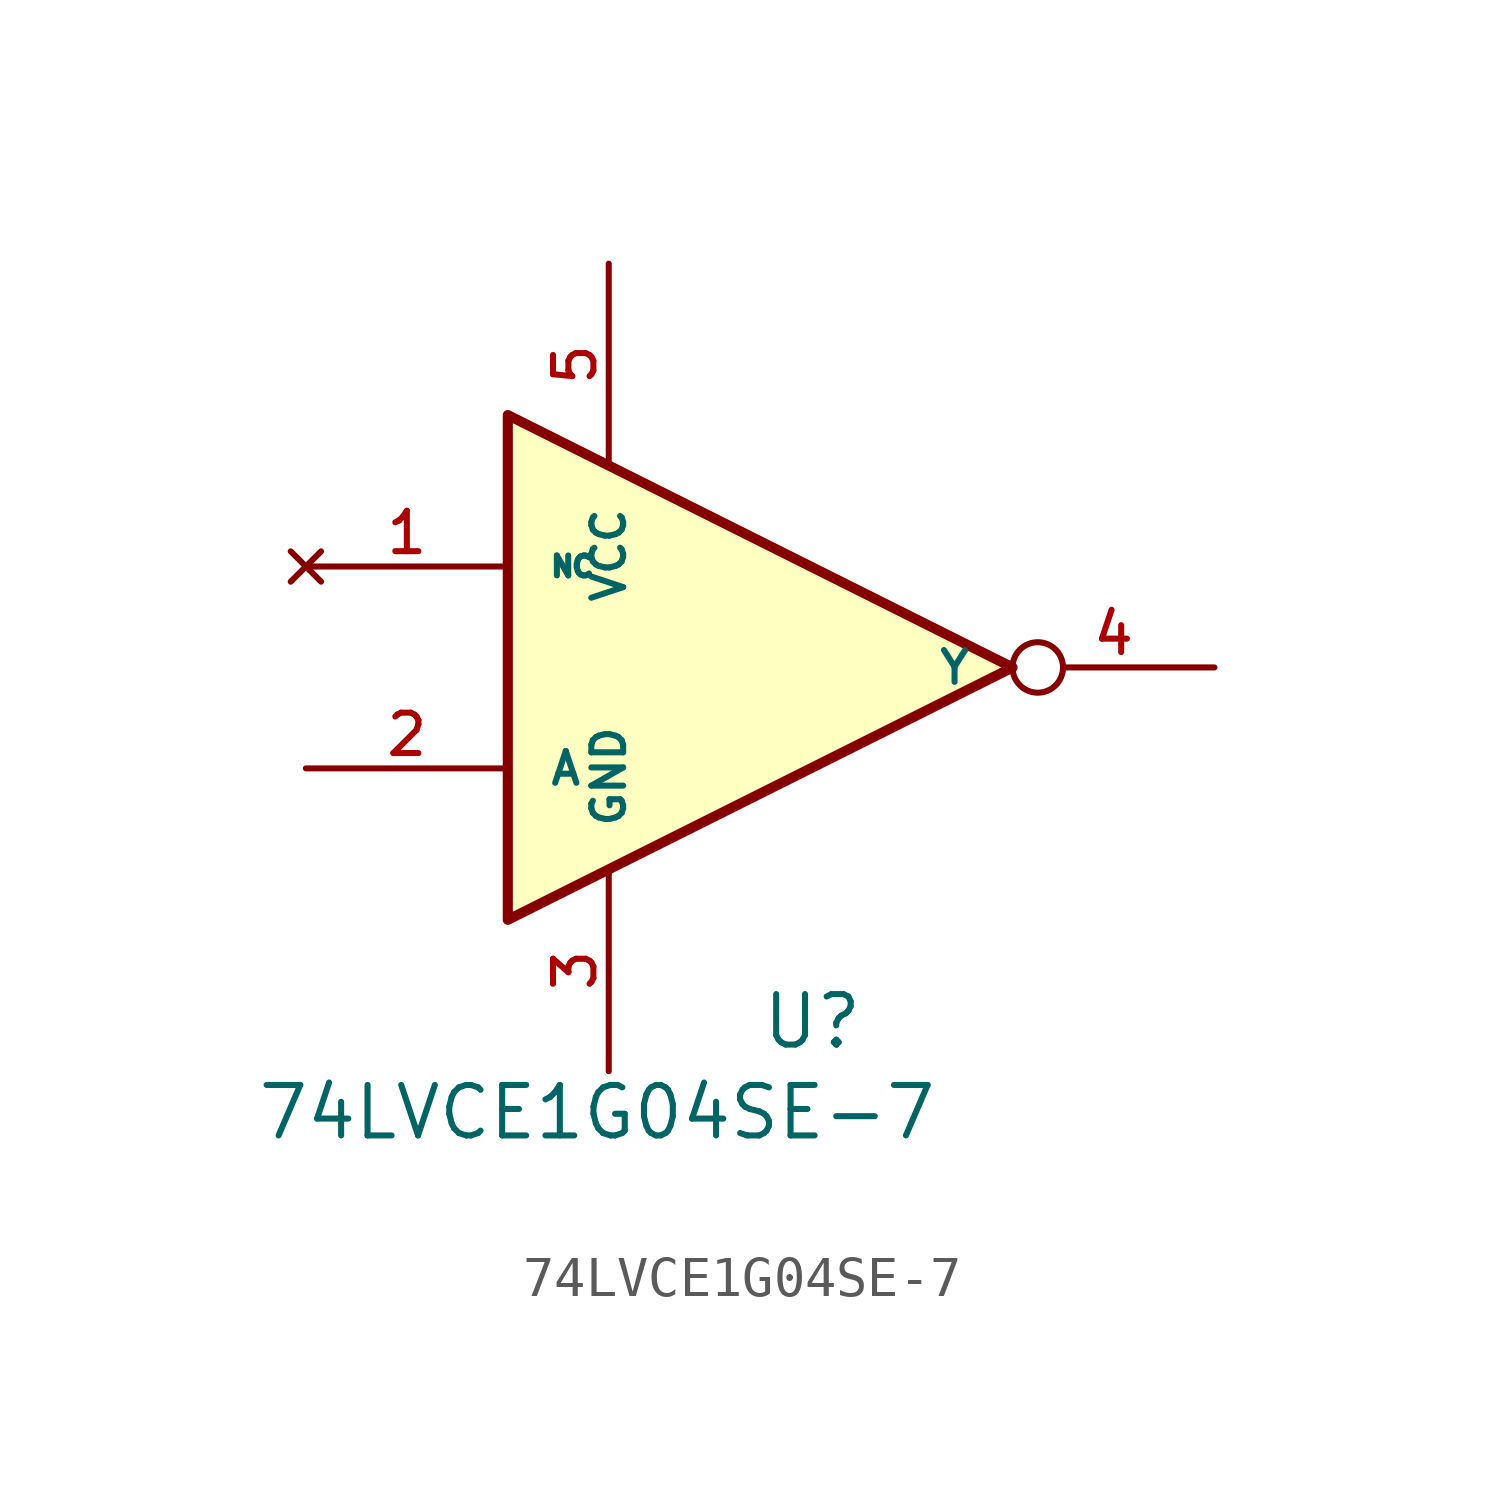
<source format=kicad_sym>
(kicad_symbol_lib
  (version 20231120)
  (generator "kicad_symbol_editor")
  (generator_version "8.0")
  (symbol "74LVCE1G04SE-7"
    (pin_names
      (offset 1.016))
    (property "Reference" "U"
      (at 3.81 -9.652 0)
      (effects (font (size 1.27 1.27)) (justify left bottom)))
    (property "Value" "74LVCE1G04SE-7"
      (at -8.89 -11.938 0)
      (effects (font (size 1.27 1.27)) (justify left bottom)))
    (symbol "74LVCE1G04SE-7_0_1"
      (polyline (pts (xy -2.54 6.35) (xy -2.54 -6.35) (xy 10.16 0) (xy -2.54 6.35)) (stroke (width 0.254) (type default)) (fill (type background))))
    (symbol "74LVCE1G04SE-7_1_0"
      (pin no_connect line (at -7.62 2.54 0) (length 5.08) (name "NC" (effects (font (size 0.5 0.5)))) (number "1" (effects (font (size 1.016 1.016)))))
      (pin input line (at -7.62 -2.54 0) (length 5.08) (name "A" (effects (font (size 0.8 0.8)))) (number "2" (effects (font (size 1.016 1.016)))))
      (pin passive line (at 0 -10.16 90) (length 5.08) (name "GND" (effects (font (size 0.8 0.8)))) (number "3" (effects (font (size 1.016 1.016)))))
      (pin output inverted (at 15.24 0 180) (length 5.08) (name "Y" (effects (font (size 0.8 0.8)))) (number "4" (effects (font (size 1.016 1.016)))))
      (pin power_in line (at 0 10.16 270) (length 5.08) (name "VCC" (effects (font (size 0.8 0.8)))) (number "5" (effects (font (size 1.016 1.016))))))))
</source>
